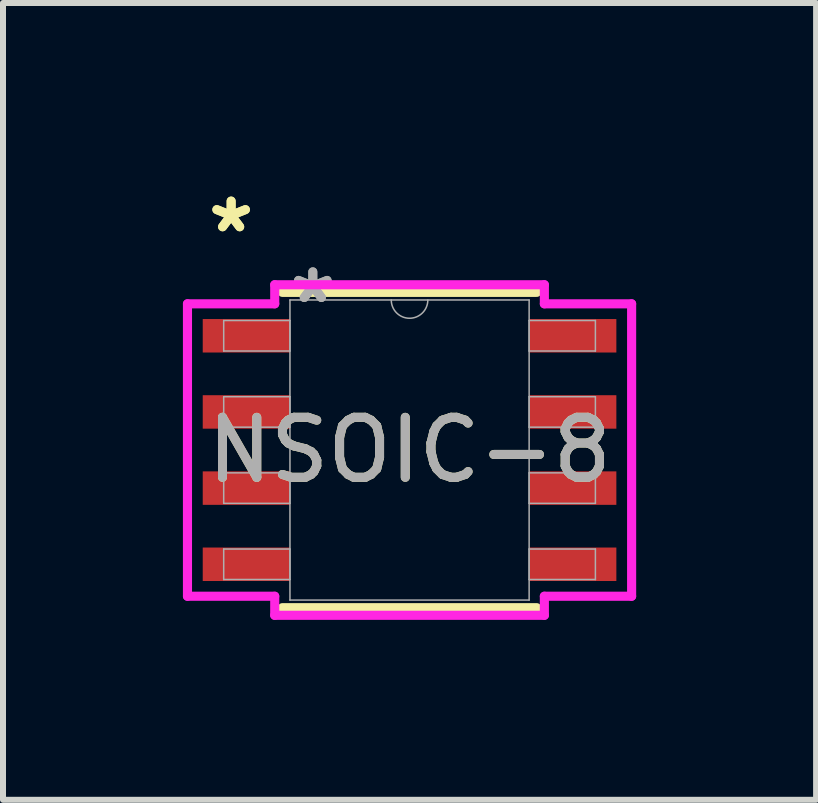
<source format=kicad_pcb>
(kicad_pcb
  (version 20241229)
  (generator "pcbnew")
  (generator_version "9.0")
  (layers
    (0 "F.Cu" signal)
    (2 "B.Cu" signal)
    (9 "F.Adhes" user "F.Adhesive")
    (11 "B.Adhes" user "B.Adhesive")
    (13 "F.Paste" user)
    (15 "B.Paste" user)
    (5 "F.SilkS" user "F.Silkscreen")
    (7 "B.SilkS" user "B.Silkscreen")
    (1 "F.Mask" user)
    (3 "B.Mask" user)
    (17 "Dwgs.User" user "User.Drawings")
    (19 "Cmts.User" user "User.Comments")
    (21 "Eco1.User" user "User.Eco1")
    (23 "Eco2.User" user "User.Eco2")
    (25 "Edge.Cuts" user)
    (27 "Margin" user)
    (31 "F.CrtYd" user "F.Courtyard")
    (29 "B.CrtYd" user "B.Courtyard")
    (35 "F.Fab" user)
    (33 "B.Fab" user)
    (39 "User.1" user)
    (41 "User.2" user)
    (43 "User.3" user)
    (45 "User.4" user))
  (footprint "NSOIC-8"
    (layer "F.Cu")
    (at 3.779 4.454)
    (property "Reference" "NSOIC-8" (at 0 0 0) (unlocked yes) (layer "F.SilkS") (effects (font (size 1 1) (thickness 0.15))))
    (attr smd)
    (fp_line (start -2.121 2.629) (end 2.121 2.629) (stroke (width 0.152) (type solid)) (layer "F.SilkS"))
    (fp_line (start 2.121 -2.629) (end -2.121 -2.629) (stroke (width 0.152) (type solid)) (layer "F.SilkS"))
    (fp_line (start -3.703 -2.438) (end -2.248 -2.438) (stroke (width 0.152) (type solid)) (layer "F.CrtYd"))
    (fp_line (start -3.703 2.438) (end -3.703 -2.438) (stroke (width 0.152) (type solid)) (layer "F.CrtYd"))
    (fp_line (start -3.703 2.438) (end -2.248 2.438) (stroke (width 0.152) (type solid)) (layer "F.CrtYd"))
    (fp_line (start -2.248 -2.756) (end 2.248 -2.756) (stroke (width 0.152) (type solid)) (layer "F.CrtYd"))
    (fp_line (start -2.248 -2.438) (end -2.248 -2.756) (stroke (width 0.152) (type solid)) (layer "F.CrtYd"))
    (fp_line (start -2.248 2.756) (end -2.248 2.438) (stroke (width 0.152) (type solid)) (layer "F.CrtYd"))
    (fp_line (start 2.248 -2.756) (end 2.248 -2.438) (stroke (width 0.152) (type solid)) (layer "F.CrtYd"))
    (fp_line (start 2.248 2.438) (end 2.248 2.756) (stroke (width 0.152) (type solid)) (layer "F.CrtYd"))
    (fp_line (start 2.248 2.756) (end -2.248 2.756) (stroke (width 0.152) (type solid)) (layer "F.CrtYd"))
    (fp_line (start 3.703 -2.438) (end 2.248 -2.438) (stroke (width 0.152) (type solid)) (layer "F.CrtYd"))
    (fp_line (start 3.703 -2.438) (end 3.703 2.438) (stroke (width 0.152) (type solid)) (layer "F.CrtYd"))
    (fp_line (start 3.703 2.438) (end 2.248 2.438) (stroke (width 0.152) (type solid)) (layer "F.CrtYd"))
    (fp_line (start -3.099 -2.159) (end -3.099 -1.651) (stroke (width 0.025) (type solid)) (layer "F.Fab"))
    (fp_line (start -3.099 -1.651) (end -1.994 -1.651) (stroke (width 0.025) (type solid)) (layer "F.Fab"))
    (fp_line (start -3.099 -0.889) (end -3.099 -0.381) (stroke (width 0.025) (type solid)) (layer "F.Fab"))
    (fp_line (start -3.099 -0.381) (end -1.994 -0.381) (stroke (width 0.025) (type solid)) (layer "F.Fab"))
    (fp_line (start -3.099 0.381) (end -3.099 0.889) (stroke (width 0.025) (type solid)) (layer "F.Fab"))
    (fp_line (start -3.099 0.889) (end -1.994 0.889) (stroke (width 0.025) (type solid)) (layer "F.Fab"))
    (fp_line (start -3.099 1.651) (end -3.099 2.159) (stroke (width 0.025) (type solid)) (layer "F.Fab"))
    (fp_line (start -3.099 2.159) (end -1.994 2.159) (stroke (width 0.025) (type solid)) (layer "F.Fab"))
    (fp_line (start -1.994 -2.502) (end -1.994 2.502) (stroke (width 0.025) (type solid)) (layer "F.Fab"))
    (fp_line (start -1.994 -2.159) (end -3.099 -2.159) (stroke (width 0.025) (type solid)) (layer "F.Fab"))
    (fp_line (start -1.994 -1.651) (end -1.994 -2.159) (stroke (width 0.025) (type solid)) (layer "F.Fab"))
    (fp_line (start -1.994 -0.889) (end -3.099 -0.889) (stroke (width 0.025) (type solid)) (layer "F.Fab"))
    (fp_line (start -1.994 -0.381) (end -1.994 -0.889) (stroke (width 0.025) (type solid)) (layer "F.Fab"))
    (fp_line (start -1.994 0.381) (end -3.099 0.381) (stroke (width 0.025) (type solid)) (layer "F.Fab"))
    (fp_line (start -1.994 0.889) (end -1.994 0.381) (stroke (width 0.025) (type solid)) (layer "F.Fab"))
    (fp_line (start -1.994 1.651) (end -3.099 1.651) (stroke (width 0.025) (type solid)) (layer "F.Fab"))
    (fp_line (start -1.994 2.159) (end -1.994 1.651) (stroke (width 0.025) (type solid)) (layer "F.Fab"))
    (fp_line (start -1.994 2.502) (end 1.994 2.502) (stroke (width 0.025) (type solid)) (layer "F.Fab"))
    (fp_line (start 1.994 -2.502) (end -1.994 -2.502) (stroke (width 0.025) (type solid)) (layer "F.Fab"))
    (fp_line (start 1.994 -2.159) (end 1.994 -1.651) (stroke (width 0.025) (type solid)) (layer "F.Fab"))
    (fp_line (start 1.994 -1.651) (end 3.099 -1.651) (stroke (width 0.025) (type solid)) (layer "F.Fab"))
    (fp_line (start 1.994 -0.889) (end 1.994 -0.381) (stroke (width 0.025) (type solid)) (layer "F.Fab"))
    (fp_line (start 1.994 -0.381) (end 3.099 -0.381) (stroke (width 0.025) (type solid)) (layer "F.Fab"))
    (fp_line (start 1.994 0.381) (end 1.994 0.889) (stroke (width 0.025) (type solid)) (layer "F.Fab"))
    (fp_line (start 1.994 0.889) (end 3.099 0.889) (stroke (width 0.025) (type solid)) (layer "F.Fab"))
    (fp_line (start 1.994 1.651) (end 1.994 2.159) (stroke (width 0.025) (type solid)) (layer "F.Fab"))
    (fp_line (start 1.994 2.159) (end 3.099 2.159) (stroke (width 0.025) (type solid)) (layer "F.Fab"))
    (fp_line (start 1.994 2.502) (end 1.994 -2.502) (stroke (width 0.025) (type solid)) (layer "F.Fab"))
    (fp_line (start 3.099 -2.159) (end 1.994 -2.159) (stroke (width 0.025) (type solid)) (layer "F.Fab"))
    (fp_line (start 3.099 -1.651) (end 3.099 -2.159) (stroke (width 0.025) (type solid)) (layer "F.Fab"))
    (fp_line (start 3.099 -0.889) (end 1.994 -0.889) (stroke (width 0.025) (type solid)) (layer "F.Fab"))
    (fp_line (start 3.099 -0.381) (end 3.099 -0.889) (stroke (width 0.025) (type solid)) (layer "F.Fab"))
    (fp_line (start 3.099 0.381) (end 1.994 0.381) (stroke (width 0.025) (type solid)) (layer "F.Fab"))
    (fp_line (start 3.099 0.889) (end 3.099 0.381) (stroke (width 0.025) (type solid)) (layer "F.Fab"))
    (fp_line (start 3.099 1.651) (end 1.994 1.651) (stroke (width 0.025) (type solid)) (layer "F.Fab"))
    (fp_line (start 3.099 2.159) (end 3.099 1.651) (stroke (width 0.025) (type solid)) (layer "F.Fab"))
    (fp_arc (start 0.3048 -2.5019) (mid 0 -2.1971) (end -0.3048 -2.5019) (stroke (width 0.0254) (type solid)) (layer "F.Fab"))
    (fp_text user "*" (at -2.975 -3.606 0) (layer "F.SilkS") (effects (font (size 1 1) (thickness 0.15))))
    (fp_text user "*" (at -2.975 -3.606 0) (unlocked yes) (layer "F.SilkS") (effects (font (size 1 1) (thickness 0.15))))
    (fp_text user "*" (at -1.613 -2.426 0) (layer "F.Fab") (effects (font (size 1 1) (thickness 0.15))))
    (fp_text user "${REFERENCE}" (at 0 0 0) (unlocked yes) (layer "F.Fab") (effects (font (size 1 1) (thickness 0.15))))
    (fp_text user "*" (at -1.613 -2.426 0) (unlocked yes) (layer "F.Fab") (effects (font (size 1 1) (thickness 0.15))))
    (pad "1" smd rect (at -2.721 -1.905) (size 1.455 0.558) (layers "F.Cu" "F.Mask" "F.Paste"))
    (pad "2" smd rect (at -2.721 -0.635) (size 1.455 0.558) (layers "F.Cu" "F.Mask" "F.Paste"))
    (pad "3" smd rect (at -2.721 0.635) (size 1.455 0.558) (layers "F.Cu" "F.Mask" "F.Paste"))
    (pad "4" smd rect (at -2.721 1.905) (size 1.455 0.558) (layers "F.Cu" "F.Mask" "F.Paste"))
    (pad "5" smd rect (at 2.721 1.905) (size 1.455 0.558) (layers "F.Cu" "F.Mask" "F.Paste"))
    (pad "6" smd rect (at 2.721 0.635) (size 1.455 0.558) (layers "F.Cu" "F.Mask" "F.Paste"))
    (pad "7" smd rect (at 2.721 -0.635) (size 1.455 0.558) (layers "F.Cu" "F.Mask" "F.Paste"))
    (pad "8" smd rect (at 2.721 -1.905) (size 1.455 0.558) (layers "F.Cu" "F.Mask" "F.Paste")))
  (gr_rect
    (start -3 -3)
    (end 10.558 10.286)
    (stroke (width 0.1) (type default))
    (fill no)
    (layer "Edge.Cuts")))
</source>
